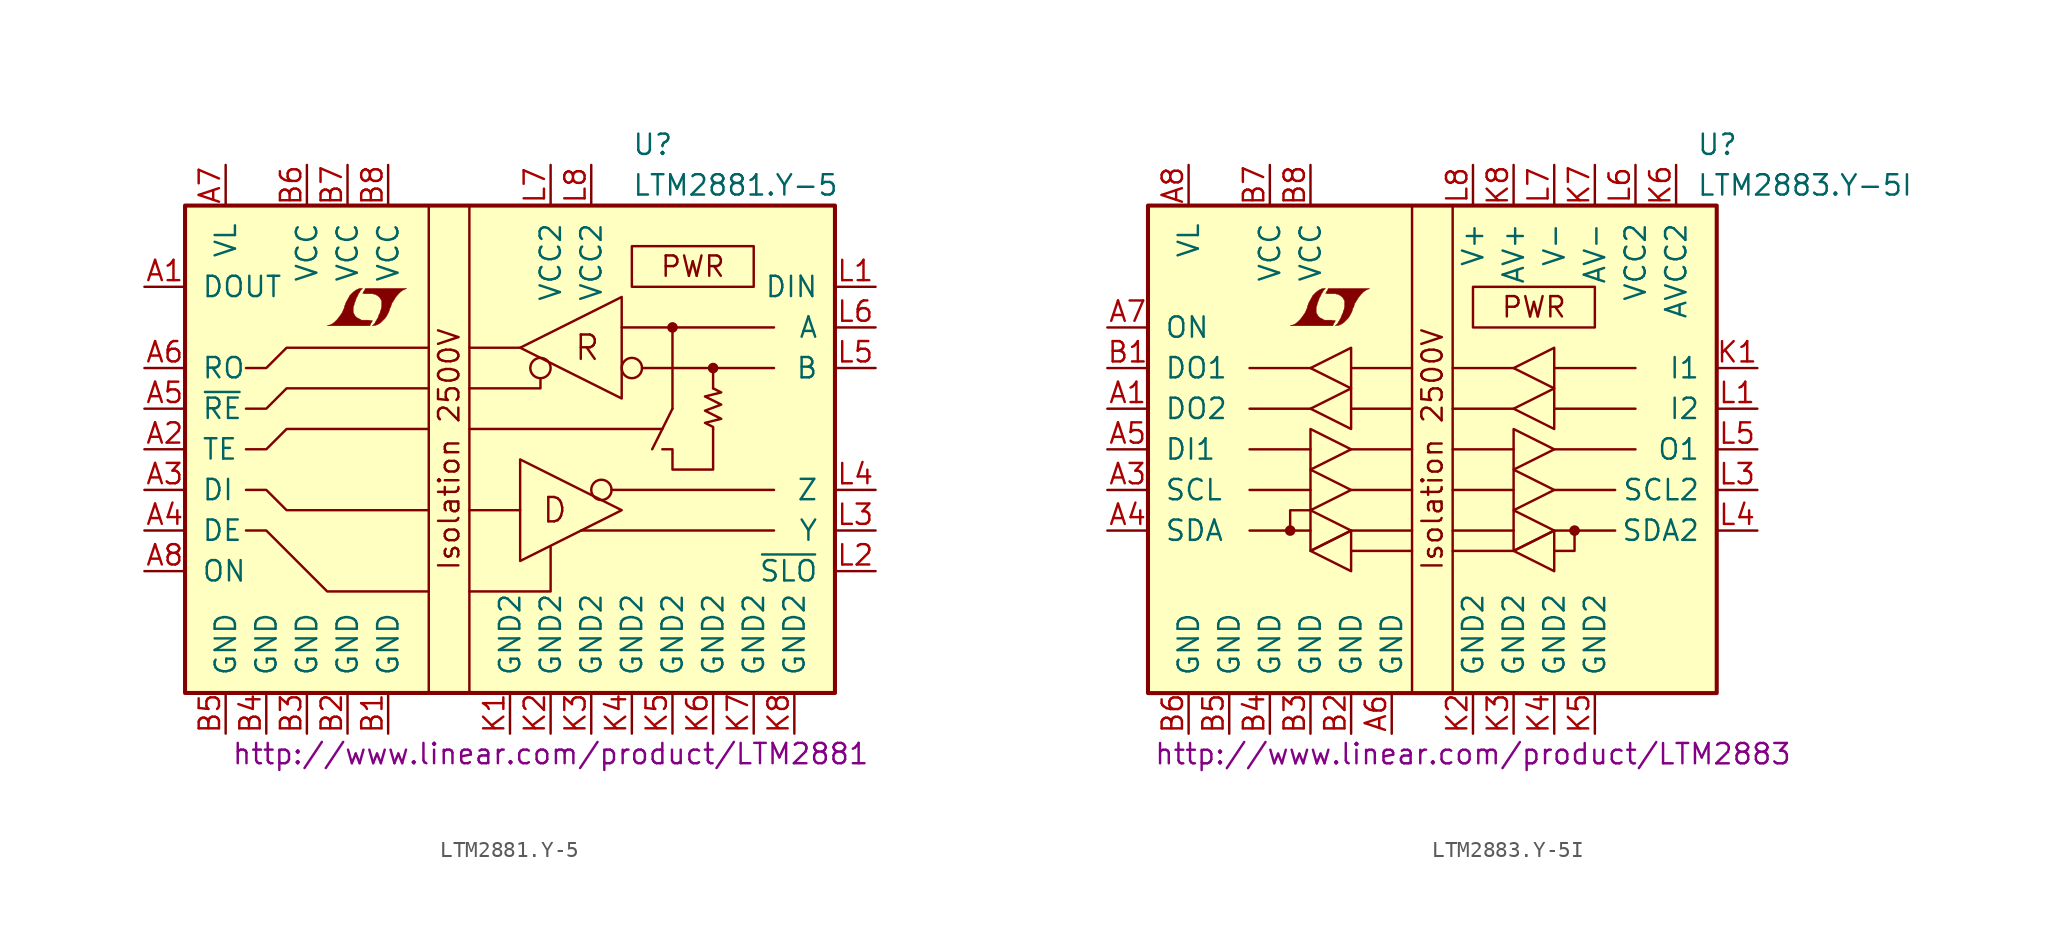
<source format=kicad_sym>
(kicad_symbol_lib
  (version 20201005)
  (generator kicad_symbol_editor)
  (symbol "LTM2881.Y-5"
    (pin_names
      (offset 1.016))
    (property "Reference" "U"
      (at 7.62 19.05 0)
      (effects (font (size 1.27 1.27)) (justify left)))
    (property "Value" "LTM2881.Y-5"
      (at 7.62 16.51 0)
      (effects (font (size 1.27 1.27)) (justify left)))
    (property "Datasheet" "http://www.linear.com/product/LTM2881"
      (at 2.54 -19.05 0)
      (effects (font (size 1.27 1.27))))
    (symbol "LTM2881.Y-5_0_0"
      (text "D" (at 2.794 -3.81 0) (effects (font (size 1.524 1.524))))
      (text "Isolation 2500V" (at -3.81 0 900) (effects (font (size 1.27 1.27))))
      (text "PWR" (at 11.43 11.43 0) (effects (font (size 1.27 1.27))))
      (text "R" (at 4.826 6.35 0) (effects (font (size 1.524 1.524))))
      (rectangle (start 7.62 12.7) (end 15.24 10.16) (stroke (width 0)) (fill (type none)))
      (polyline (pts (xy -8.687 7.899) (xy -8.661 7.925) (xy -8.611 8.026) (xy -8.611 8.052) (xy -8.738 8.052) (xy -8.839 8.077) (xy -9.296 8.077) (xy -9.322 8.103) (xy -9.576 8.23) (xy -9.677 8.331) (xy -9.754 8.458) (xy -9.804 8.56) (xy -9.804 8.865) (xy -9.754 9.017) (xy -9.728 9.119) (xy -9.703 9.195) (xy -9.652 9.322) (xy -9.601 9.474) (xy -9.525 9.601) (xy -9.474 9.728) (xy -9.398 9.83) (xy -9.347 9.931) (xy -9.22 10.058) (xy -9.398 10.058) (xy -9.525 10.008) (xy -9.627 9.957) (xy -9.703 9.906) (xy -9.83 9.804) (xy -10.008 9.627) (xy -10.262 9.169) (xy -10.363 8.89) (xy -10.363 8.839) (xy -10.414 8.738) (xy -10.465 8.611) (xy -10.516 8.509) (xy -10.643 8.331) (xy -10.795 8.128) (xy -10.947 7.976) (xy -11.1 7.849) (xy -11.278 7.772) (xy -11.43 7.722) (xy -8.763 7.722) (xy -8.687 7.899)) (stroke (width 0.025)) (fill (type outline)))
      (polyline (pts (xy -8.484 7.747) (xy -8.407 7.747) (xy -8.23 7.823) (xy -8.077 7.925) (xy -7.798 8.204) (xy -7.671 8.407) (xy -7.569 8.611) (xy -7.493 8.865) (xy -7.468 8.865) (xy -7.391 9.119) (xy -7.137 9.525) (xy -6.985 9.703) (xy -6.833 9.855) (xy -6.68 9.957) (xy -6.502 10.033) (xy -6.477 10.033) (xy -6.477 10.058) (xy -9.042 10.058) (xy -9.119 9.906) (xy -9.144 9.881) (xy -9.195 9.779) (xy -9.22 9.754) (xy -9.169 9.754) (xy -9.119 9.728) (xy -8.585 9.728) (xy -8.534 9.703) (xy -8.484 9.703) (xy -8.407 9.677) (xy -8.28 9.601) (xy -8.153 9.5) (xy -8.077 9.373) (xy -8.052 9.322) (xy -8.026 9.296) (xy -8.026 8.89) (xy -8.052 8.839) (xy -8.052 8.763) (xy -8.103 8.661) (xy -8.128 8.534) (xy -8.204 8.382) (xy -8.255 8.23) (xy -8.407 7.976) (xy -8.458 7.874) (xy -8.611 7.722) (xy -8.484 7.747)) (stroke (width 0.025)) (fill (type outline))))
    (symbol "LTM2881.Y-5_0_1"
      (circle (center 1.905 5.08) (radius 0.635) (stroke (width 0)) (fill (type none)))
      (circle (center 5.715 -2.54) (radius 0.635) (stroke (width 0)) (fill (type none)))
      (circle (center 7.62 5.08) (radius 0.635) (stroke (width 0)) (fill (type none)))
      (circle (center 10.16 7.62) (radius 0.254) (stroke (width 0)) (fill (type outline)))
      (circle (center 12.7 5.08) (radius 0.254) (stroke (width 0)) (fill (type outline)))
      (rectangle (start -20.32 15.24) (end 20.32 -15.24) (stroke (width 0.254)) (fill (type background)))
      (rectangle (start -5.08 15.24) (end -2.54 -15.24) (stroke (width 0)) (fill (type none)))
      (polyline (pts (xy -2.54 1.27) (xy 9.525 1.27)) (stroke (width 0)) (fill (type none)))
      (polyline (pts (xy 0.635 -3.81) (xy -2.54 -3.81)) (stroke (width 0)) (fill (type none)))
      (polyline (pts (xy 0.635 6.35) (xy -2.54 6.35)) (stroke (width 0)) (fill (type none)))
      (polyline (pts (xy 6.35 -2.54) (xy 16.51 -2.54)) (stroke (width 0)) (fill (type none)))
      (polyline (pts (xy 8.255 5.08) (xy 16.51 5.08)) (stroke (width 0)) (fill (type none)))
      (polyline (pts (xy 10.16 2.54) (xy 8.89 0)) (stroke (width 0)) (fill (type none)))
      (polyline (pts (xy 10.16 7.62) (xy 10.16 2.54)) (stroke (width 0)) (fill (type none)))
      (polyline (pts (xy 12.7 3.81) (xy 12.7 5.08)) (stroke (width 0)) (fill (type none)))
      (polyline (pts (xy 16.51 -5.08) (xy 4.445 -5.08)) (stroke (width 0)) (fill (type none)))
      (polyline (pts (xy 16.51 7.62) (xy 6.985 7.62)) (stroke (width 0)) (fill (type none)))
      (polyline (pts (xy -2.54 -8.89) (xy 2.54 -8.89) (xy 2.54 -6.096)) (stroke (width 0)) (fill (type none)))
      (polyline (pts (xy 1.905 4.445) (xy 1.905 3.81) (xy -2.54 3.81)) (stroke (width 0)) (fill (type none)))
      (polyline (pts (xy -16.51 -5.08) (xy -15.24 -5.08) (xy -11.43 -8.89) (xy -5.08 -8.89)) (stroke (width 0)) (fill (type none)))
      (polyline (pts (xy -16.51 0) (xy -15.24 0) (xy -13.97 1.27) (xy -5.08 1.27)) (stroke (width 0)) (fill (type none)))
      (polyline (pts (xy -16.51 2.54) (xy -15.24 2.54) (xy -13.97 3.81) (xy -5.08 3.81)) (stroke (width 0)) (fill (type none)))
      (polyline (pts (xy -16.51 5.08) (xy -15.24 5.08) (xy -13.97 6.35) (xy -5.08 6.35)) (stroke (width 0)) (fill (type none)))
      (polyline (pts (xy -5.08 -3.81) (xy -13.97 -3.81) (xy -15.24 -2.54) (xy -16.51 -2.54)) (stroke (width 0)) (fill (type none)))
      (polyline (pts (xy 0.635 -0.635) (xy 0.635 -6.985) (xy 6.985 -3.81) (xy 0.635 -0.635)) (stroke (width 0)) (fill (type none)))
      (polyline (pts (xy 0.635 6.35) (xy 6.985 3.175) (xy 6.985 9.525) (xy 0.635 6.35)) (stroke (width 0)) (fill (type none)))
      (polyline (pts (xy 9.525 0) (xy 10.16 0) (xy 10.16 -1.27) (xy 12.7 -1.27) (xy 12.7 1.27)) (stroke (width 0)) (fill (type none)))
      (polyline (pts (xy 12.7 3.81) (xy 13.208 3.556) (xy 12.192 3.302) (xy 13.208 2.794) (xy 12.192 2.413) (xy 13.208 1.905) (xy 12.192 1.651) (xy 12.7 1.397) (xy 12.7 1.27)) (stroke (width 0)) (fill (type none))))
    (symbol "LTM2881.Y-5_1_1"
      (pin output line (at -22.86 10.16 0) (length 2.54) (name "DOUT" (effects (font (size 1.27 1.27)))) (number "A1" (effects (font (size 1.27 1.27)))))
      (pin input line (at -22.86 0 0) (length 2.54) (name "TE" (effects (font (size 1.27 1.27)))) (number "A2" (effects (font (size 1.27 1.27)))))
      (pin input line (at -22.86 -2.54 0) (length 2.54) (name "DI" (effects (font (size 1.27 1.27)))) (number "A3" (effects (font (size 1.27 1.27)))))
      (pin input line (at -22.86 -5.08 0) (length 2.54) (name "DE" (effects (font (size 1.27 1.27)))) (number "A4" (effects (font (size 1.27 1.27)))))
      (pin input line (at -22.86 2.54 0) (length 2.54) (name "~RE~" (effects (font (size 1.27 1.27)))) (number "A5" (effects (font (size 1.27 1.27)))))
      (pin tri_state line (at -22.86 5.08 0) (length 2.54) (name "RO" (effects (font (size 1.27 1.27)))) (number "A6" (effects (font (size 1.27 1.27)))))
      (pin power_in line (at -17.78 17.78 270) (length 2.54) (name "VL" (effects (font (size 1.27 1.27)))) (number "A7" (effects (font (size 1.27 1.27)))))
      (pin input line (at -22.86 -7.62 0) (length 2.54) (name "ON" (effects (font (size 1.27 1.27)))) (number "A8" (effects (font (size 1.27 1.27)))))
      (pin power_in line (at -7.62 -17.78 90) (length 2.54) (name "GND" (effects (font (size 1.27 1.27)))) (number "B1" (effects (font (size 1.27 1.27)))))
      (pin power_in line (at -10.16 -17.78 90) (length 2.54) (name "GND" (effects (font (size 1.27 1.27)))) (number "B2" (effects (font (size 1.27 1.27)))))
      (pin power_in line (at -12.7 -17.78 90) (length 2.54) (name "GND" (effects (font (size 1.27 1.27)))) (number "B3" (effects (font (size 1.27 1.27)))))
      (pin power_in line (at -15.24 -17.78 90) (length 2.54) (name "GND" (effects (font (size 1.27 1.27)))) (number "B4" (effects (font (size 1.27 1.27)))))
      (pin power_in line (at -17.78 -17.78 90) (length 2.54) (name "GND" (effects (font (size 1.27 1.27)))) (number "B5" (effects (font (size 1.27 1.27)))))
      (pin power_in line (at -12.7 17.78 270) (length 2.54) (name "VCC" (effects (font (size 1.27 1.27)))) (number "B6" (effects (font (size 1.27 1.27)))))
      (pin power_in line (at -10.16 17.78 270) (length 2.54) (name "VCC" (effects (font (size 1.27 1.27)))) (number "B7" (effects (font (size 1.27 1.27)))))
      (pin power_in line (at -7.62 17.78 270) (length 2.54) (name "VCC" (effects (font (size 1.27 1.27)))) (number "B8" (effects (font (size 1.27 1.27)))))
      (pin power_out line (at 0 -17.78 90) (length 2.54) (name "GND2" (effects (font (size 1.27 1.27)))) (number "K1" (effects (font (size 1.27 1.27)))))
      (pin power_in line (at 2.54 -17.78 90) (length 2.54) (name "GND2" (effects (font (size 1.27 1.27)))) (number "K2" (effects (font (size 1.27 1.27)))))
      (pin power_in line (at 5.08 -17.78 90) (length 2.54) (name "GND2" (effects (font (size 1.27 1.27)))) (number "K3" (effects (font (size 1.27 1.27)))))
      (pin power_in line (at 7.62 -17.78 90) (length 2.54) (name "GND2" (effects (font (size 1.27 1.27)))) (number "K4" (effects (font (size 1.27 1.27)))))
      (pin power_in line (at 10.16 -17.78 90) (length 2.54) (name "GND2" (effects (font (size 1.27 1.27)))) (number "K5" (effects (font (size 1.27 1.27)))))
      (pin power_in line (at 12.7 -17.78 90) (length 2.54) (name "GND2" (effects (font (size 1.27 1.27)))) (number "K6" (effects (font (size 1.27 1.27)))))
      (pin power_in line (at 15.24 -17.78 90) (length 2.54) (name "GND2" (effects (font (size 1.27 1.27)))) (number "K7" (effects (font (size 1.27 1.27)))))
      (pin power_in line (at 17.78 -17.78 90) (length 2.54) (name "GND2" (effects (font (size 1.27 1.27)))) (number "K8" (effects (font (size 1.27 1.27)))))
      (pin input line (at 22.86 10.16 180) (length 2.54) (name "DIN" (effects (font (size 1.27 1.27)))) (number "L1" (effects (font (size 1.27 1.27)))))
      (pin input line (at 22.86 -7.62 180) (length 2.54) (name "~SLO~" (effects (font (size 1.27 1.27)))) (number "L2" (effects (font (size 1.27 1.27)))))
      (pin passive line (at 22.86 -5.08 180) (length 2.54) (name "Y" (effects (font (size 1.27 1.27)))) (number "L3" (effects (font (size 1.27 1.27)))))
      (pin passive line (at 22.86 -2.54 180) (length 2.54) (name "Z" (effects (font (size 1.27 1.27)))) (number "L4" (effects (font (size 1.27 1.27)))))
      (pin passive line (at 22.86 5.08 180) (length 2.54) (name "B" (effects (font (size 1.27 1.27)))) (number "L5" (effects (font (size 1.27 1.27)))))
      (pin passive line (at 22.86 7.62 180) (length 2.54) (name "A" (effects (font (size 1.27 1.27)))) (number "L6" (effects (font (size 1.27 1.27)))))
      (pin power_out line (at 2.54 17.78 270) (length 2.54) (name "VCC2" (effects (font (size 1.27 1.27)))) (number "L7" (effects (font (size 1.27 1.27)))))
      (pin power_in line (at 5.08 17.78 270) (length 2.54) (name "VCC2" (effects (font (size 1.27 1.27)))) (number "L8" (effects (font (size 1.27 1.27)))))))
  (symbol "LTM2883.Y-5I"
    (pin_names
      (offset 1.016))
    (property "Reference" "U"
      (at 16.51 19.05 0)
      (effects (font (size 1.27 1.27)) (justify left)))
    (property "Value" "LTM2883.Y-5I"
      (at 16.51 16.51 0)
      (effects (font (size 1.27 1.27)) (justify left)))
    (property "Datasheet" "http://www.linear.com/product/LTM2883"
      (at 2.54 -19.05 0)
      (effects (font (size 1.27 1.27))))
    (symbol "LTM2883.Y-5I_0_0"
      (text "Isolation 2500V" (at 0 0 900) (effects (font (size 1.27 1.27))))
      (text "PWR" (at 6.35 8.89 0) (effects (font (size 1.27 1.27))))
      (rectangle (start 2.54 10.16) (end 10.16 7.62) (stroke (width 0)) (fill (type none)))
      (polyline (pts (xy -6.147 7.899) (xy -6.121 7.925) (xy -6.071 8.026) (xy -6.071 8.052) (xy -6.198 8.052) (xy -6.299 8.077) (xy -6.756 8.077) (xy -6.782 8.103) (xy -7.036 8.23) (xy -7.137 8.331) (xy -7.214 8.458) (xy -7.264 8.56) (xy -7.264 8.865) (xy -7.214 9.017) (xy -7.188 9.119) (xy -7.163 9.195) (xy -7.112 9.322) (xy -7.061 9.474) (xy -6.985 9.601) (xy -6.934 9.728) (xy -6.858 9.83) (xy -6.807 9.931) (xy -6.68 10.058) (xy -6.858 10.058) (xy -6.985 10.008) (xy -7.087 9.957) (xy -7.163 9.906) (xy -7.29 9.804) (xy -7.468 9.627) (xy -7.722 9.169) (xy -7.823 8.89) (xy -7.823 8.839) (xy -7.874 8.738) (xy -7.925 8.611) (xy -7.976 8.509) (xy -8.103 8.331) (xy -8.255 8.128) (xy -8.407 7.976) (xy -8.56 7.849) (xy -8.738 7.772) (xy -8.89 7.722) (xy -6.223 7.722) (xy -6.147 7.899)) (stroke (width 0.025)) (fill (type outline)))
      (polyline (pts (xy -5.944 7.747) (xy -5.867 7.747) (xy -5.69 7.823) (xy -5.537 7.925) (xy -5.258 8.204) (xy -5.131 8.407) (xy -5.029 8.611) (xy -4.953 8.865) (xy -4.928 8.865) (xy -4.851 9.119) (xy -4.597 9.525) (xy -4.445 9.703) (xy -4.293 9.855) (xy -4.14 9.957) (xy -3.962 10.033) (xy -3.937 10.033) (xy -3.937 10.058) (xy -6.502 10.058) (xy -6.579 9.906) (xy -6.604 9.881) (xy -6.655 9.779) (xy -6.68 9.754) (xy -6.629 9.754) (xy -6.579 9.728) (xy -6.045 9.728) (xy -5.994 9.703) (xy -5.944 9.703) (xy -5.867 9.677) (xy -5.74 9.601) (xy -5.613 9.5) (xy -5.537 9.373) (xy -5.512 9.322) (xy -5.486 9.296) (xy -5.486 8.89) (xy -5.512 8.839) (xy -5.512 8.763) (xy -5.563 8.661) (xy -5.588 8.534) (xy -5.664 8.382) (xy -5.715 8.23) (xy -5.867 7.976) (xy -5.918 7.874) (xy -6.071 7.722) (xy -5.944 7.747)) (stroke (width 0.025)) (fill (type outline))))
    (symbol "LTM2883.Y-5I_0_1"
      (circle (center -8.89 -5.08) (radius 0.254) (stroke (width 0)) (fill (type outline)))
      (circle (center 8.89 -5.08) (radius 0.254) (stroke (width 0)) (fill (type outline)))
      (rectangle (start -17.78 15.24) (end 17.78 -15.24) (stroke (width 0.254)) (fill (type background)))
      (rectangle (start -1.27 15.24) (end 1.27 -15.24) (stroke (width 0)) (fill (type none)))
      (polyline (pts (xy -11.43 -5.08) (xy -7.62 -5.08)) (stroke (width 0)) (fill (type none)))
      (polyline (pts (xy -11.43 -2.54) (xy -7.62 -2.54)) (stroke (width 0)) (fill (type none)))
      (polyline (pts (xy -7.62 0) (xy -11.43 0)) (stroke (width 0)) (fill (type none)))
      (polyline (pts (xy -7.62 2.54) (xy -11.43 2.54)) (stroke (width 0)) (fill (type none)))
      (polyline (pts (xy -7.62 5.08) (xy -11.43 5.08)) (stroke (width 0)) (fill (type none)))
      (polyline (pts (xy -5.08 -5.08) (xy -1.27 -5.08)) (stroke (width 0)) (fill (type none)))
      (polyline (pts (xy -5.08 -2.54) (xy -1.27 -2.54)) (stroke (width 0)) (fill (type none)))
      (polyline (pts (xy -5.08 0) (xy -1.27 0)) (stroke (width 0)) (fill (type none)))
      (polyline (pts (xy -5.08 2.54) (xy -1.27 2.54)) (stroke (width 0)) (fill (type none)))
      (polyline (pts (xy -5.08 5.08) (xy -1.27 5.08)) (stroke (width 0)) (fill (type none)))
      (polyline (pts (xy -1.27 -6.35) (xy -5.08 -6.35)) (stroke (width 0)) (fill (type none)))
      (polyline (pts (xy 1.27 -5.08) (xy 5.08 -5.08)) (stroke (width 0)) (fill (type none)))
      (polyline (pts (xy 1.27 -2.54) (xy 5.08 -2.54)) (stroke (width 0)) (fill (type none)))
      (polyline (pts (xy 5.08 -6.35) (xy 1.27 -6.35)) (stroke (width 0)) (fill (type none)))
      (polyline (pts (xy 5.08 0) (xy 1.27 0)) (stroke (width 0)) (fill (type none)))
      (polyline (pts (xy 5.08 2.54) (xy 1.27 2.54)) (stroke (width 0)) (fill (type none)))
      (polyline (pts (xy 5.08 5.08) (xy 1.27 5.08)) (stroke (width 0)) (fill (type none)))
      (polyline (pts (xy 7.62 -5.08) (xy 11.43 -5.08)) (stroke (width 0)) (fill (type none)))
      (polyline (pts (xy 7.62 -2.54) (xy 11.43 -2.54)) (stroke (width 0)) (fill (type none)))
      (polyline (pts (xy 7.62 0) (xy 12.7 0)) (stroke (width 0)) (fill (type none)))
      (polyline (pts (xy 7.62 2.54) (xy 12.7 2.54)) (stroke (width 0)) (fill (type none)))
      (polyline (pts (xy 7.62 5.08) (xy 12.7 5.08)) (stroke (width 0)) (fill (type none)))
      (polyline (pts (xy -7.62 -3.81) (xy -8.89 -3.81) (xy -8.89 -5.08)) (stroke (width 0)) (fill (type none)))
      (polyline (pts (xy 8.89 -5.08) (xy 8.89 -6.35) (xy 7.62 -6.35)) (stroke (width 0)) (fill (type none)))
      (polyline (pts (xy -7.62 -6.35) (xy -7.62 -3.81) (xy -5.08 -5.08) (xy -7.62 -6.35)) (stroke (width 0)) (fill (type none)))
      (polyline (pts (xy -7.62 -6.35) (xy -5.08 -5.08) (xy -5.08 -7.62) (xy -7.62 -6.35)) (stroke (width 0)) (fill (type none)))
      (polyline (pts (xy -7.62 5.08) (xy -5.08 6.35) (xy -5.08 3.81) (xy -7.62 5.08)) (stroke (width 0)) (fill (type none)))
      (polyline (pts (xy -5.08 -2.54) (xy -7.62 -1.27) (xy -7.62 -3.81) (xy -5.08 -2.54)) (stroke (width 0)) (fill (type none)))
      (polyline (pts (xy -5.08 0) (xy -7.62 1.27) (xy -7.62 -1.27) (xy -5.08 0)) (stroke (width 0)) (fill (type none)))
      (polyline (pts (xy -5.08 3.81) (xy -7.62 2.54) (xy -5.08 1.27) (xy -5.08 3.81)) (stroke (width 0)) (fill (type none)))
      (polyline (pts (xy 5.08 -6.35) (xy 5.08 -3.81) (xy 7.62 -5.08) (xy 5.08 -6.35)) (stroke (width 0)) (fill (type none)))
      (polyline (pts (xy 5.08 -6.35) (xy 7.62 -5.08) (xy 7.62 -7.62) (xy 5.08 -6.35)) (stroke (width 0)) (fill (type none)))
      (polyline (pts (xy 5.08 5.08) (xy 7.62 6.35) (xy 7.62 3.81) (xy 5.08 5.08)) (stroke (width 0)) (fill (type none)))
      (polyline (pts (xy 7.62 -2.54) (xy 5.08 -1.27) (xy 5.08 -3.81) (xy 7.62 -2.54)) (stroke (width 0)) (fill (type none)))
      (polyline (pts (xy 7.62 0) (xy 5.08 1.27) (xy 5.08 -1.27) (xy 7.62 0)) (stroke (width 0)) (fill (type none)))
      (polyline (pts (xy 7.62 3.81) (xy 5.08 2.54) (xy 7.62 1.27) (xy 7.62 3.81)) (stroke (width 0)) (fill (type none))))
    (symbol "LTM2883.Y-5I_1_1"
      (pin output line (at -20.32 2.54 0) (length 2.54) (name "DO2" (effects (font (size 1.27 1.27)))) (number "A1" (effects (font (size 1.27 1.27)))))
      (pin unconnected line (at -20.32 -7.62 0) (length 2.54) hide (name "DNC" (effects (font (size 1.27 1.27)))) (number "A2" (effects (font (size 1.27 1.27)))))
      (pin input line (at -20.32 -2.54 0) (length 2.54) (name "SCL" (effects (font (size 1.27 1.27)))) (number "A3" (effects (font (size 1.27 1.27)))))
      (pin bidirectional line (at -20.32 -5.08 0) (length 2.54) (name "SDA" (effects (font (size 1.27 1.27)))) (number "A4" (effects (font (size 1.27 1.27)))))
      (pin input line (at -20.32 0 0) (length 2.54) (name "DI1" (effects (font (size 1.27 1.27)))) (number "A5" (effects (font (size 1.27 1.27)))))
      (pin power_in line (at -2.54 -17.78 90) (length 2.54) (name "GND" (effects (font (size 1.27 1.27)))) (number "A6" (effects (font (size 1.27 1.27)))))
      (pin input line (at -20.32 7.62 0) (length 2.54) (name "ON" (effects (font (size 1.27 1.27)))) (number "A7" (effects (font (size 1.27 1.27)))))
      (pin power_in line (at -15.24 17.78 270) (length 2.54) (name "VL" (effects (font (size 1.27 1.27)))) (number "A8" (effects (font (size 1.27 1.27)))))
      (pin output line (at -20.32 5.08 0) (length 2.54) (name "DO1" (effects (font (size 1.27 1.27)))) (number "B1" (effects (font (size 1.27 1.27)))))
      (pin power_in line (at -5.08 -17.78 90) (length 2.54) (name "GND" (effects (font (size 1.27 1.27)))) (number "B2" (effects (font (size 1.27 1.27)))))
      (pin power_in line (at -7.62 -17.78 90) (length 2.54) (name "GND" (effects (font (size 1.27 1.27)))) (number "B3" (effects (font (size 1.27 1.27)))))
      (pin power_in line (at -10.16 -17.78 90) (length 2.54) (name "GND" (effects (font (size 1.27 1.27)))) (number "B4" (effects (font (size 1.27 1.27)))))
      (pin power_in line (at -12.7 -17.78 90) (length 2.54) (name "GND" (effects (font (size 1.27 1.27)))) (number "B5" (effects (font (size 1.27 1.27)))))
      (pin power_in line (at -15.24 -17.78 90) (length 2.54) (name "GND" (effects (font (size 1.27 1.27)))) (number "B6" (effects (font (size 1.27 1.27)))))
      (pin power_in line (at -10.16 17.78 270) (length 2.54) (name "VCC" (effects (font (size 1.27 1.27)))) (number "B7" (effects (font (size 1.27 1.27)))))
      (pin power_in line (at -7.62 17.78 270) (length 2.54) (name "VCC" (effects (font (size 1.27 1.27)))) (number "B8" (effects (font (size 1.27 1.27)))))
      (pin input line (at 20.32 5.08 180) (length 2.54) (name "I1" (effects (font (size 1.27 1.27)))) (number "K1" (effects (font (size 1.27 1.27)))))
      (pin power_out line (at 2.54 -17.78 90) (length 2.54) (name "GND2" (effects (font (size 1.27 1.27)))) (number "K2" (effects (font (size 1.27 1.27)))))
      (pin power_in line (at 5.08 -17.78 90) (length 2.54) (name "GND2" (effects (font (size 1.27 1.27)))) (number "K3" (effects (font (size 1.27 1.27)))))
      (pin power_in line (at 7.62 -17.78 90) (length 2.54) (name "GND2" (effects (font (size 1.27 1.27)))) (number "K4" (effects (font (size 1.27 1.27)))))
      (pin power_in line (at 10.16 -17.78 90) (length 2.54) (name "GND2" (effects (font (size 1.27 1.27)))) (number "K5" (effects (font (size 1.27 1.27)))))
      (pin passive line (at 15.24 17.78 270) (length 2.54) (name "AVCC2" (effects (font (size 1.27 1.27)))) (number "K6" (effects (font (size 1.27 1.27)))))
      (pin passive line (at 10.16 17.78 270) (length 2.54) (name "AV-" (effects (font (size 1.27 1.27)))) (number "K7" (effects (font (size 1.27 1.27)))))
      (pin passive line (at 5.08 17.78 270) (length 2.54) (name "AV+" (effects (font (size 1.27 1.27)))) (number "K8" (effects (font (size 1.27 1.27)))))
      (pin input line (at 20.32 2.54 180) (length 2.54) (name "I2" (effects (font (size 1.27 1.27)))) (number "L1" (effects (font (size 1.27 1.27)))))
      (pin unconnected line (at 20.32 -7.62 180) (length 2.54) hide (name "DNC" (effects (font (size 1.27 1.27)))) (number "L2" (effects (font (size 1.27 1.27)))))
      (pin output line (at 20.32 -2.54 180) (length 2.54) (name "SCL2" (effects (font (size 1.27 1.27)))) (number "L3" (effects (font (size 1.27 1.27)))))
      (pin bidirectional line (at 20.32 -5.08 180) (length 2.54) (name "SDA2" (effects (font (size 1.27 1.27)))) (number "L4" (effects (font (size 1.27 1.27)))))
      (pin output line (at 20.32 0 180) (length 2.54) (name "O1" (effects (font (size 1.27 1.27)))) (number "L5" (effects (font (size 1.27 1.27)))))
      (pin power_out line (at 12.7 17.78 270) (length 2.54) (name "VCC2" (effects (font (size 1.27 1.27)))) (number "L6" (effects (font (size 1.27 1.27)))))
      (pin power_out line (at 7.62 17.78 270) (length 2.54) (name "V-" (effects (font (size 1.27 1.27)))) (number "L7" (effects (font (size 1.27 1.27)))))
      (pin power_out line (at 2.54 17.78 270) (length 2.54) (name "V+" (effects (font (size 1.27 1.27)))) (number "L8" (effects (font (size 1.27 1.27))))))))
</source>
